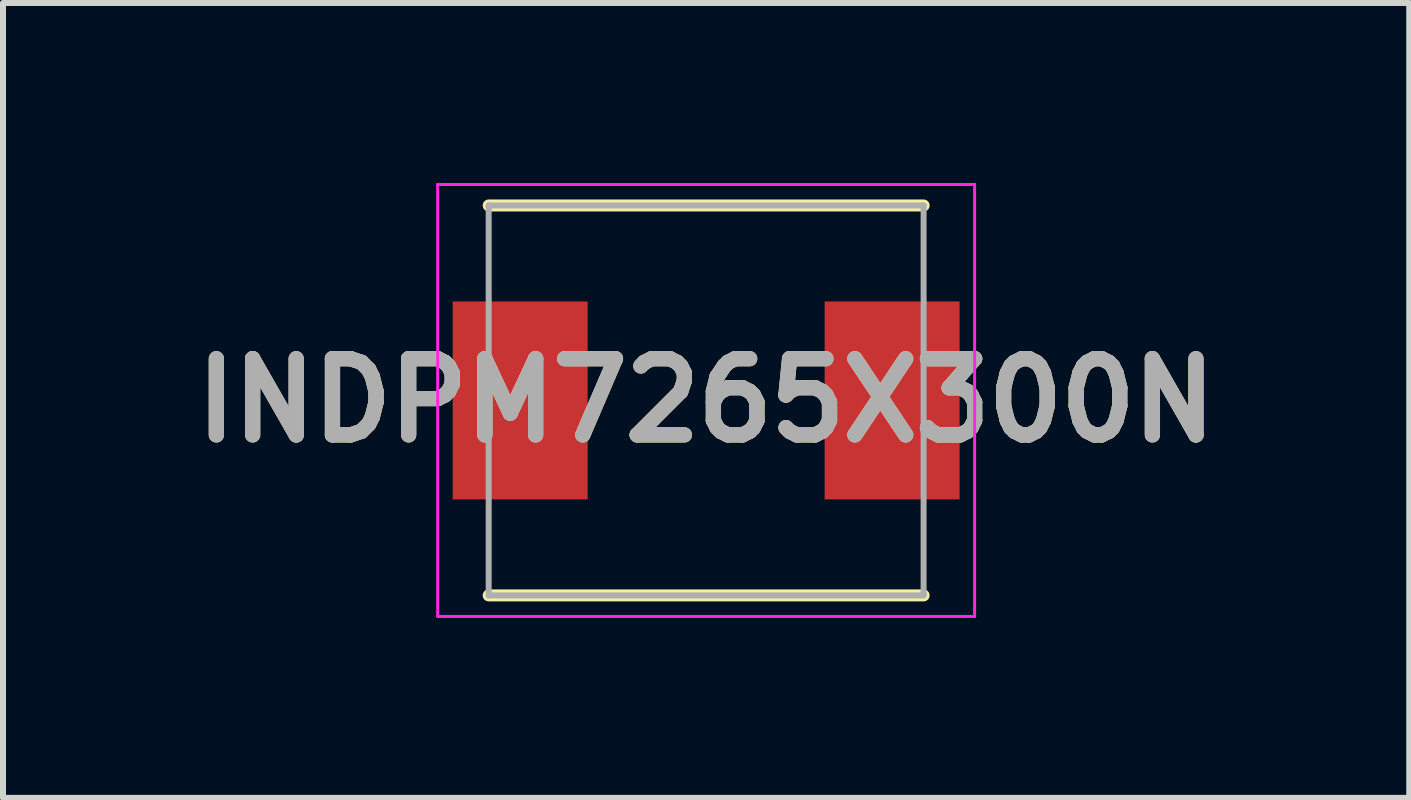
<source format=kicad_pcb>
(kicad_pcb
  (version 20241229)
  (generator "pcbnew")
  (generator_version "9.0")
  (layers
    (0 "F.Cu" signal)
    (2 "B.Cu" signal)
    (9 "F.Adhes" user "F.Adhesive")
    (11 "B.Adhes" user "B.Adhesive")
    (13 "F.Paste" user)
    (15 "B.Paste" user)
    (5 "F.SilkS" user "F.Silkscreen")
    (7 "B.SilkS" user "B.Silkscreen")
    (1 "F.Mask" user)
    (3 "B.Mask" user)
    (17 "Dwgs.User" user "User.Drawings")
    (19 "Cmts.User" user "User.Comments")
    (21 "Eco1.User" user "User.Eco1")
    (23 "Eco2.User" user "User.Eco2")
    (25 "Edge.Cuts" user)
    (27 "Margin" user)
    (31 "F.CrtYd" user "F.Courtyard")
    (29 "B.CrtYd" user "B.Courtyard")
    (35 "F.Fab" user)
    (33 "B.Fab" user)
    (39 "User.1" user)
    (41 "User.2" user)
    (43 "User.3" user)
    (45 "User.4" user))
  (footprint "INDPM7265X300N"
    (layer "F.Cu")
    (at 8.721 3.625)
    (property "Reference" "INDPM7265X300N" (at 0 0 0) (layer "F.SilkS") (effects (font (size 1.27 1.27) (thickness 0.254))))
    (attr smd)
    (fp_line (start -3.625 3.25) (end 3.625 3.25) (stroke (width 0.2) (type solid)) (layer "F.SilkS"))
    (fp_line (start 3.625 -3.25) (end -3.625 -3.25) (stroke (width 0.2) (type solid)) (layer "F.SilkS"))
    (fp_line (start -4.475 -3.6) (end 4.475 -3.6) (stroke (width 0.05) (type solid)) (layer "F.CrtYd"))
    (fp_line (start -4.475 3.6) (end -4.475 -3.6) (stroke (width 0.05) (type solid)) (layer "F.CrtYd"))
    (fp_line (start 4.475 -3.6) (end 4.475 3.6) (stroke (width 0.05) (type solid)) (layer "F.CrtYd"))
    (fp_line (start 4.475 3.6) (end -4.475 3.6) (stroke (width 0.05) (type solid)) (layer "F.CrtYd"))
    (fp_line (start -3.625 -3.25) (end 3.625 -3.25) (stroke (width 0.1) (type solid)) (layer "F.Fab"))
    (fp_line (start -3.625 3.25) (end -3.625 -3.25) (stroke (width 0.1) (type solid)) (layer "F.Fab"))
    (fp_line (start 3.625 -3.25) (end 3.625 3.25) (stroke (width 0.1) (type solid)) (layer "F.Fab"))
    (fp_line (start 3.625 3.25) (end -3.625 3.25) (stroke (width 0.1) (type solid)) (layer "F.Fab"))
    (fp_text user "${REFERENCE}" (at 0 0 0) (layer "F.Fab") (effects (font (size 1.27 1.27) (thickness 0.254))))
    (pad "1" smd rect (at -3.1 0) (size 2.25 3.3) (layers "F.Cu" "F.Mask" "F.Paste"))
    (pad "2" smd rect (at 3.1 0) (size 2.25 3.3) (layers "F.Cu" "F.Mask" "F.Paste")))
  (gr_rect
    (start -3 -3)
    (end 20.441 10.25)
    (stroke (width 0.1) (type default))
    (fill no)
    (layer "Edge.Cuts")))
</source>
